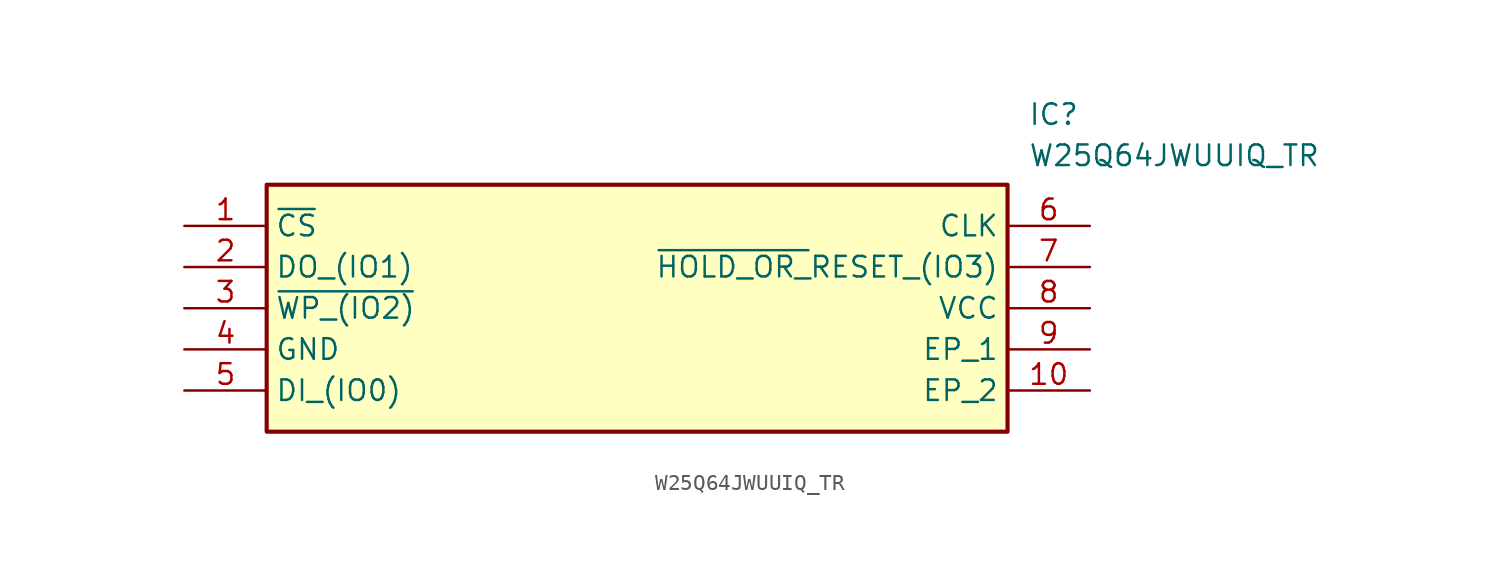
<source format=kicad_sym>
(kicad_symbol_lib
  (version 20211014)
  (generator SamacSys_ECAD_Model)
  (symbol "W25Q64JWUUIQ_TR"
    (property "Reference" "IC"
      (at 52.07 7.62 0)
      (effects (font (size 1.27 1.27)) (justify left top)))
    (property "Value" "W25Q64JWUUIQ_TR"
      (at 52.07 5.08 0)
      (effects (font (size 1.27 1.27)) (justify left top)))
    (rectangle
      (start 5.08 2.54)
      (end 50.8 -12.7)
      (stroke (width 0.254) (type default))
      (fill (type background)))
    (pin passive line
      (at 0 0 0)
      (length 5.08)
      (name "~{CS}" (effects (font (size 1.27 1.27))))
      (number "1" (effects (font (size 1.27 1.27)))))
    (pin passive line
      (at 0 -2.54 0)
      (length 5.08)
      (name "DO_(IO1)" (effects (font (size 1.27 1.27))))
      (number "2" (effects (font (size 1.27 1.27)))))
    (pin passive line
      (at 0 -5.08 0)
      (length 5.08)
      (name "~{WP_(IO2)}" (effects (font (size 1.27 1.27))))
      (number "3" (effects (font (size 1.27 1.27)))))
    (pin passive line
      (at 0 -7.62 0)
      (length 5.08)
      (name "GND" (effects (font (size 1.27 1.27))))
      (number "4" (effects (font (size 1.27 1.27)))))
    (pin passive line
      (at 0 -10.16 0)
      (length 5.08)
      (name "DI_(IO0)" (effects (font (size 1.27 1.27))))
      (number "5" (effects (font (size 1.27 1.27)))))
    (pin passive line
      (at 55.88 0 180)
      (length 5.08)
      (name "CLK" (effects (font (size 1.27 1.27))))
      (number "6" (effects (font (size 1.27 1.27)))))
    (pin passive line
      (at 55.88 -2.54 180)
      (length 5.08)
      (name "~{HOLD_OR_}RESET_(IO3)" (effects (font (size 1.27 1.27))))
      (number "7" (effects (font (size 1.27 1.27)))))
    (pin passive line
      (at 55.88 -5.08 180)
      (length 5.08)
      (name "VCC" (effects (font (size 1.27 1.27))))
      (number "8" (effects (font (size 1.27 1.27)))))
    (pin passive line
      (at 55.88 -7.62 180)
      (length 5.08)
      (name "EP_1" (effects (font (size 1.27 1.27))))
      (number "9" (effects (font (size 1.27 1.27)))))
    (pin passive line
      (at 55.88 -10.16 180)
      (length 5.08)
      (name "EP_2" (effects (font (size 1.27 1.27))))
      (number "10" (effects (font (size 1.27 1.27)))))))
</source>
